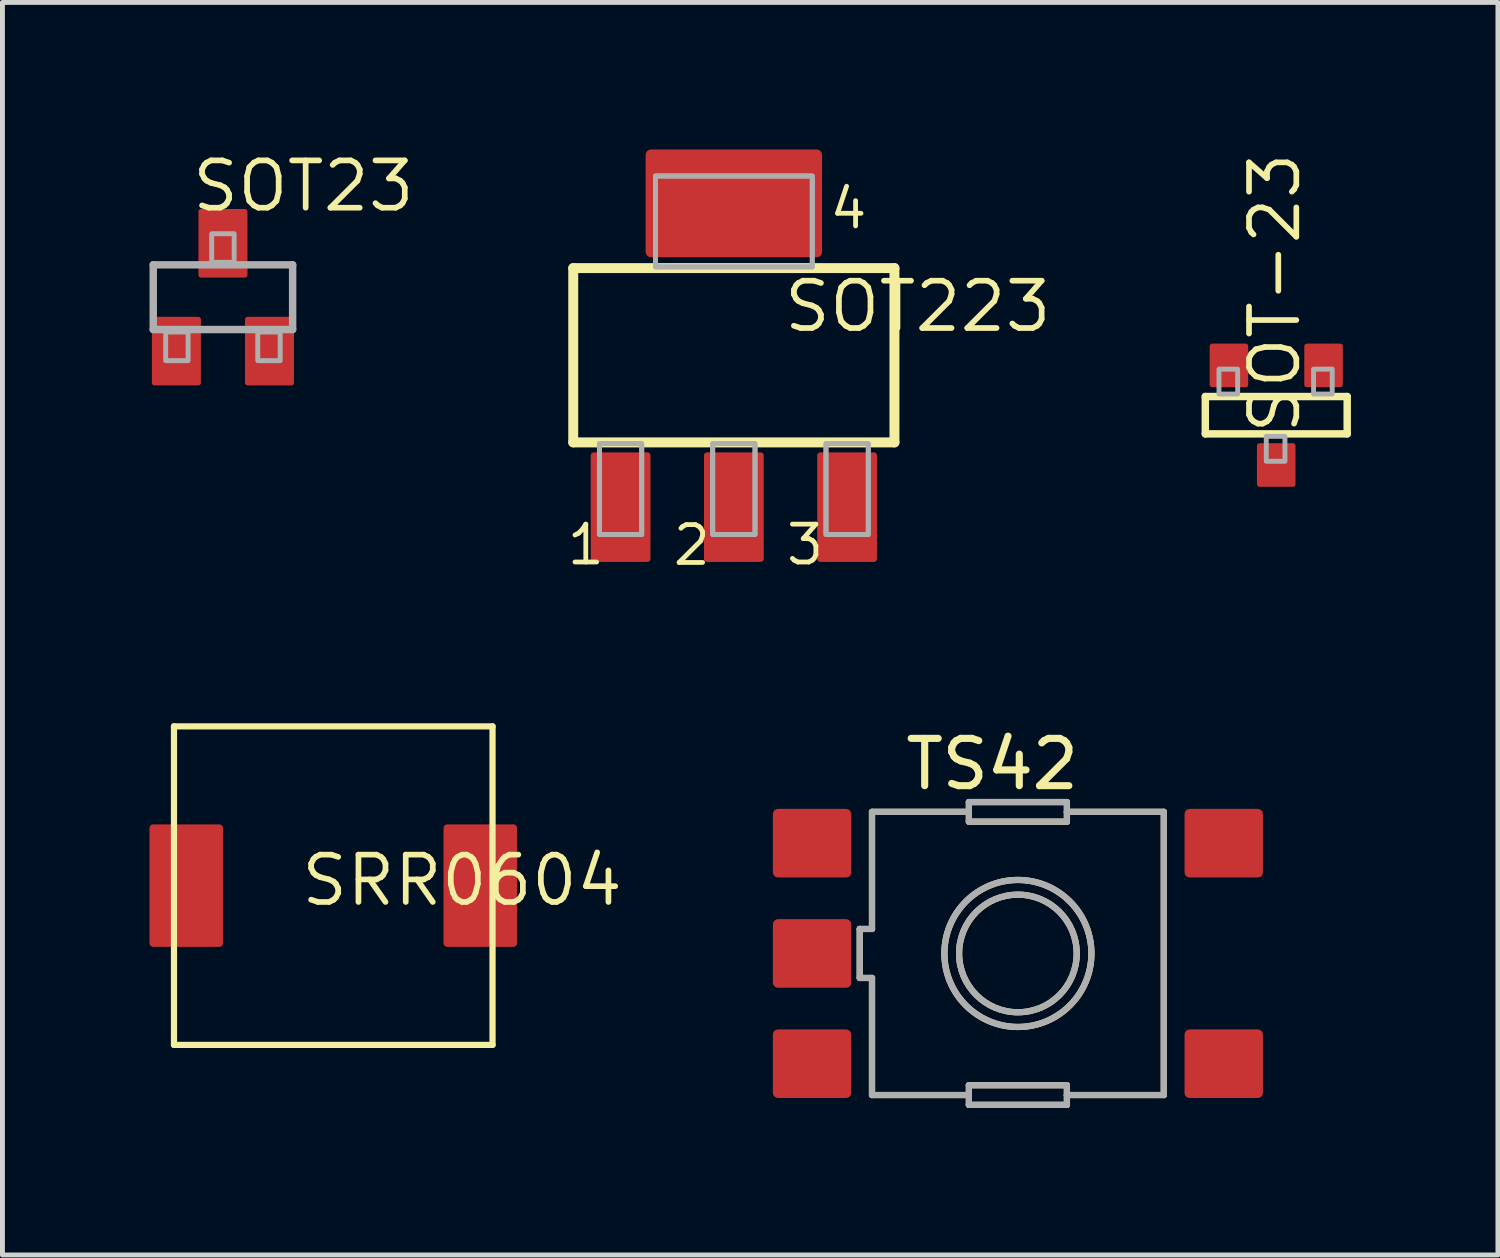
<source format=kicad_pcb>
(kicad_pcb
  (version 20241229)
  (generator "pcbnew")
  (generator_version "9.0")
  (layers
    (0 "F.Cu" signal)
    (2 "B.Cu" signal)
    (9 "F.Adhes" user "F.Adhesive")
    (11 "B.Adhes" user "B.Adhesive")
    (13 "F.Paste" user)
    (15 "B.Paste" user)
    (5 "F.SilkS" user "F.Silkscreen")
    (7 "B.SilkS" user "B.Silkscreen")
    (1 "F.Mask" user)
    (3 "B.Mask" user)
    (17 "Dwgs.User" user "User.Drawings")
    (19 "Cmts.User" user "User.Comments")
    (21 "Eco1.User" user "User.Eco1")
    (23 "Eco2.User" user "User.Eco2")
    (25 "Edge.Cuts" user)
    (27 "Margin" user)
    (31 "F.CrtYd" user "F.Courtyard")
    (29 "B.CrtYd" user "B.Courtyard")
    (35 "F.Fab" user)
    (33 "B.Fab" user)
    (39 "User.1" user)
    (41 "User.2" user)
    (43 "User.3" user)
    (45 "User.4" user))
  (footprint "TS42"
    (layer "F.Cu")
    (at 17.72 16.405)
    (property "Reference" "TS42" (at -2.365 -3.298 0) (layer "F.SilkS") (effects (font (size 0.965 0.965) (thickness 0.145)) (justify left bottom)))
    (attr through_hole)
    (fp_line (start -3.227 -0.5) (end -3.227 0.5) (stroke (width 0.127) (type solid)) (layer "F.SilkS"))
    (fp_line (start -3.227 0.5) (end -2.977 0.5) (stroke (width 0.127) (type solid)) (layer "F.SilkS"))
    (fp_line (start -2.977 -2.889) (end -2.977 -0.5) (stroke (width 0.127) (type solid)) (layer "F.SilkS"))
    (fp_line (start -2.977 -2.889) (end -1 -2.889) (stroke (width 0.127) (type solid)) (layer "F.SilkS"))
    (fp_line (start -2.977 -0.5) (end -3.227 -0.5) (stroke (width 0.127) (type solid)) (layer "F.SilkS"))
    (fp_line (start -2.977 0.5) (end -2.977 2.889) (stroke (width 0.127) (type solid)) (layer "F.SilkS"))
    (fp_line (start -1 -3.089) (end -1 -2.889) (stroke (width 0.127) (type solid)) (layer "F.SilkS"))
    (fp_line (start -1 -2.889) (end -1 -2.689) (stroke (width 0.127) (type solid)) (layer "F.SilkS"))
    (fp_line (start -1 -2.689) (end 1 -2.689) (stroke (width 0.127) (type solid)) (layer "F.SilkS"))
    (fp_line (start -1 2.689) (end -1 2.889) (stroke (width 0.127) (type solid)) (layer "F.SilkS"))
    (fp_line (start -1 2.889) (end -2.977 2.889) (stroke (width 0.127) (type solid)) (layer "F.SilkS"))
    (fp_line (start -1 2.889) (end -1 3.089) (stroke (width 0.127) (type solid)) (layer "F.SilkS"))
    (fp_line (start -1 3.089) (end 1 3.089) (stroke (width 0.127) (type solid)) (layer "F.SilkS"))
    (fp_line (start 1 -3.089) (end -1 -3.089) (stroke (width 0.127) (type solid)) (layer "F.SilkS"))
    (fp_line (start 1 -2.889) (end 1 -3.089) (stroke (width 0.127) (type solid)) (layer "F.SilkS"))
    (fp_line (start 1 -2.889) (end 2.977 -2.889) (stroke (width 0.127) (type solid)) (layer "F.SilkS"))
    (fp_line (start 1 -2.689) (end 1 -2.889) (stroke (width 0.127) (type solid)) (layer "F.SilkS"))
    (fp_line (start 1 2.689) (end -1 2.689) (stroke (width 0.127) (type solid)) (layer "F.SilkS"))
    (fp_line (start 1 2.889) (end 1 2.689) (stroke (width 0.127) (type solid)) (layer "F.SilkS"))
    (fp_line (start 1 2.889) (end 2.977 2.889) (stroke (width 0.127) (type solid)) (layer "F.SilkS"))
    (fp_line (start 1 3.089) (end 1 2.889) (stroke (width 0.127) (type solid)) (layer "F.SilkS"))
    (fp_line (start 2.977 2.889) (end 2.977 -2.889) (stroke (width 0.127) (type solid)) (layer "F.SilkS"))
    (fp_circle (center 0 0) (end 1.2 0) (stroke (width 0.127) (type solid)) (fill no) (layer "F.SilkS"))
    (fp_circle (center 0 0) (end 1.5 0) (stroke (width 0.127) (type solid)) (fill no) (layer "F.SilkS"))
    (fp_poly (pts (xy -4.928 -1.626) (xy -3.48 -1.626) (xy -3.48 -2.87) (xy -4.928 -2.87)) (stroke (width 0) (type solid)) (fill yes) (layer "F.Paste"))
    (fp_poly (pts (xy -4.928 2.87) (xy -3.48 2.87) (xy -3.48 1.626) (xy -4.928 1.626)) (stroke (width 0) (type solid)) (fill yes) (layer "F.Paste"))
    (fp_poly (pts (xy -4.699 0.381) (xy -3.81 0.381) (xy -3.81 -0.381) (xy -4.699 -0.381)) (stroke (width 0) (type solid)) (fill yes) (layer "F.Paste"))
    (fp_poly (pts (xy 3.48 -1.626) (xy 4.928 -1.626) (xy 4.928 -2.87) (xy 3.48 -2.87)) (stroke (width 0) (type solid)) (fill yes) (layer "F.Paste"))
    (fp_poly (pts (xy 3.48 2.87) (xy 4.928 2.87) (xy 4.928 1.626) (xy 3.48 1.626)) (stroke (width 0) (type solid)) (fill yes) (layer "F.Paste"))
    (fp_line (start -3.227 -0.5) (end -3.227 0.5) (stroke (width 0.127) (type solid)) (layer "F.Fab"))
    (fp_line (start -3.227 0.5) (end -2.977 0.5) (stroke (width 0.127) (type solid)) (layer "F.Fab"))
    (fp_line (start -2.977 -2.889) (end -2.977 -0.5) (stroke (width 0.127) (type solid)) (layer "F.Fab"))
    (fp_line (start -2.977 -2.889) (end -1 -2.889) (stroke (width 0.127) (type solid)) (layer "F.Fab"))
    (fp_line (start -2.977 -0.5) (end -3.227 -0.5) (stroke (width 0.127) (type solid)) (layer "F.Fab"))
    (fp_line (start -2.977 0.5) (end -2.977 2.889) (stroke (width 0.127) (type solid)) (layer "F.Fab"))
    (fp_line (start -1 -3.089) (end -1 -2.889) (stroke (width 0.127) (type solid)) (layer "F.Fab"))
    (fp_line (start -1 -2.889) (end -1 -2.689) (stroke (width 0.127) (type solid)) (layer "F.Fab"))
    (fp_line (start -1 -2.689) (end 1 -2.689) (stroke (width 0.127) (type solid)) (layer "F.Fab"))
    (fp_line (start -1 2.689) (end -1 2.889) (stroke (width 0.127) (type solid)) (layer "F.Fab"))
    (fp_line (start -1 2.889) (end -2.977 2.889) (stroke (width 0.127) (type solid)) (layer "F.Fab"))
    (fp_line (start -1 2.889) (end -1 3.089) (stroke (width 0.127) (type solid)) (layer "F.Fab"))
    (fp_line (start -1 3.089) (end 1 3.089) (stroke (width 0.127) (type solid)) (layer "F.Fab"))
    (fp_line (start 1 -3.089) (end -1 -3.089) (stroke (width 0.127) (type solid)) (layer "F.Fab"))
    (fp_line (start 1 -2.889) (end 1 -3.089) (stroke (width 0.127) (type solid)) (layer "F.Fab"))
    (fp_line (start 1 -2.889) (end 2.977 -2.889) (stroke (width 0.127) (type solid)) (layer "F.Fab"))
    (fp_line (start 1 -2.689) (end 1 -2.889) (stroke (width 0.127) (type solid)) (layer "F.Fab"))
    (fp_line (start 1 2.689) (end -1 2.689) (stroke (width 0.127) (type solid)) (layer "F.Fab"))
    (fp_line (start 1 2.889) (end 1 2.689) (stroke (width 0.127) (type solid)) (layer "F.Fab"))
    (fp_line (start 1 2.889) (end 2.977 2.889) (stroke (width 0.127) (type solid)) (layer "F.Fab"))
    (fp_line (start 1 3.089) (end 1 2.889) (stroke (width 0.127) (type solid)) (layer "F.Fab"))
    (fp_line (start 2.977 2.889) (end 2.977 -2.889) (stroke (width 0.127) (type solid)) (layer "F.Fab"))
    (fp_circle (center 0 0) (end 1.2 0) (stroke (width 0.127) (type solid)) (fill no) (layer "F.Fab"))
    (fp_circle (center 0 0) (end 1.5 0) (stroke (width 0.127) (type solid)) (fill no) (layer "F.Fab"))
    (pad "1" smd roundrect (at -4.2 -2.25) (size 1.6 1.4) (layers "F.Cu" "F.Mask") (roundrect_rratio 0.075))
    (pad "2" smd roundrect (at 4.2 -2.25) (size 1.6 1.4) (layers "F.Cu" "F.Mask") (roundrect_rratio 0.075))
    (pad "3" smd roundrect (at -4.2 2.25) (size 1.6 1.4) (layers "F.Cu" "F.Mask") (roundrect_rratio 0.075))
    (pad "4" smd roundrect (at 4.2 2.25) (size 1.6 1.4) (layers "F.Cu" "F.Mask") (roundrect_rratio 0.075))
    (pad "5" smd roundrect (at -4.2 0) (size 1.6 1.4) (layers "F.Cu" "F.Mask") (roundrect_rratio 0.075)))
  (footprint "SRR0604"
    (layer "F.Cu")
    (at 3.75 15.021)
    (property "Reference" "SRR0604" (at -0.711 0.457 0) (layer "F.SilkS") (effects (font (size 0.965 0.965) (thickness 0.116)) (justify left bottom)))
    (attr through_hole)
    (fp_line (start -3.25 -3.25) (end -3.25 3.25) (stroke (width 0.127) (type solid)) (layer "F.SilkS"))
    (fp_line (start -3.25 3.25) (end 3.25 3.25) (stroke (width 0.127) (type solid)) (layer "F.SilkS"))
    (fp_line (start 3.25 -3.25) (end -3.25 -3.25) (stroke (width 0.127) (type solid)) (layer "F.SilkS"))
    (fp_line (start 3.25 3.25) (end 3.25 -3.25) (stroke (width 0.127) (type solid)) (layer "F.SilkS"))
    (pad "P$1" smd roundrect (at 3 0 90) (size 2.5 1.5) (layers "F.Cu" "F.Mask" "F.Paste") (roundrect_rratio 0.05))
    (pad "P$2" smd roundrect (at -3 0 90) (size 2.5 1.5) (layers "F.Cu" "F.Mask" "F.Paste") (roundrect_rratio 0.05)))
  (footprint "SOT223"
    (layer "F.Cu")
    (at 11.924 4.199)
    (property "Reference" "SOT223" (at 0.965 -0.432 180) (layer "F.SilkS") (effects (font (size 0.965 0.965) (thickness 0.116)) (justify left bottom)))
    (attr through_hole)
    (fp_line (start -3.277 -1.778) (end 3.277 -1.778) (stroke (width 0.203) (type solid)) (layer "F.SilkS"))
    (fp_line (start -3.277 1.778) (end -3.277 -1.778) (stroke (width 0.203) (type solid)) (layer "F.SilkS"))
    (fp_line (start 3.277 -1.778) (end 3.277 1.778) (stroke (width 0.203) (type solid)) (layer "F.SilkS"))
    (fp_line (start 3.277 1.778) (end -3.277 1.778) (stroke (width 0.203) (type solid)) (layer "F.SilkS"))
    (fp_poly (pts (xy -2.743 3.658) (xy -1.88 3.658) (xy -1.88 1.803) (xy -2.743 1.803)) (stroke (width 0.1) (type solid)) (fill no) (layer "F.Fab"))
    (fp_poly (pts (xy -2.743 3.658) (xy -1.88 3.658) (xy -1.88 1.803) (xy -2.743 1.803)) (stroke (width 0.1) (type solid)) (fill no) (layer "F.Fab"))
    (fp_poly (pts (xy -1.6 -1.803) (xy 1.6 -1.803) (xy 1.6 -3.658) (xy -1.6 -3.658)) (stroke (width 0.1) (type solid)) (fill no) (layer "F.Fab"))
    (fp_poly (pts (xy -1.6 -1.803) (xy 1.6 -1.803) (xy 1.6 -3.658) (xy -1.6 -3.658)) (stroke (width 0.1) (type solid)) (fill no) (layer "F.Fab"))
    (fp_poly (pts (xy -0.432 3.658) (xy 0.432 3.658) (xy 0.432 1.803) (xy -0.432 1.803)) (stroke (width 0.1) (type solid)) (fill no) (layer "F.Fab"))
    (fp_poly (pts (xy -0.432 3.658) (xy 0.432 3.658) (xy 0.432 1.803) (xy -0.432 1.803)) (stroke (width 0.1) (type solid)) (fill no) (layer "F.Fab"))
    (fp_poly (pts (xy 1.88 3.658) (xy 2.743 3.658) (xy 2.743 1.803) (xy 1.88 1.803)) (stroke (width 0.1) (type solid)) (fill no) (layer "F.Fab"))
    (fp_poly (pts (xy 1.88 3.658) (xy 2.743 3.658) (xy 2.743 1.803) (xy 1.88 1.803)) (stroke (width 0.1) (type solid)) (fill no) (layer "F.Fab"))
    (fp_text user "1" (at -3.453 4.318 0) (layer "F.SilkS") (effects (font (size 0.772 0.772) (thickness 0.098)) (justify left bottom)))
    (fp_text user "4" (at 1.905 -2.54 0) (layer "F.SilkS") (effects (font (size 0.772 0.772) (thickness 0.098)) (justify left bottom)))
    (fp_text user "3" (at 1.021 4.318 0) (layer "F.SilkS") (effects (font (size 0.772 0.772) (thickness 0.098)) (justify left bottom)))
    (fp_text user "2" (at -1.291 4.327 0) (layer "F.SilkS") (effects (font (size 0.772 0.772) (thickness 0.098)) (justify left bottom)))
    (pad "1" smd roundrect (at -2.311 3.099) (size 1.219 2.235) (layers "F.Cu" "F.Mask" "F.Paste") (roundrect_rratio 0.05))
    (pad "2" smd roundrect (at 0 3.099) (size 1.219 2.235) (layers "F.Cu" "F.Mask" "F.Paste") (roundrect_rratio 0.05))
    (pad "3" smd roundrect (at 2.311 3.099) (size 1.219 2.235) (layers "F.Cu" "F.Mask" "F.Paste") (roundrect_rratio 0.05))
    (pad "4" smd roundrect (at 0 -3.099) (size 3.6 2.2) (layers "F.Cu" "F.Mask" "F.Paste") (roundrect_rratio 0.05)))
  (footprint "SOT-23"
    (layer "F.Cu")
    (at 22.966 5.422)
    (property "Reference" "SOT-23" (at 0.559 0.432 270) (layer "F.SilkS") (effects (font (size 0.965 0.965) (thickness 0.116)) (justify left bottom)))
    (attr through_hole)
    (fp_line (start -1.422 -0.381) (end 1.473 -0.381) (stroke (width 0.152) (type solid)) (layer "F.SilkS"))
    (fp_line (start -1.422 0.381) (end -1.422 -0.381) (stroke (width 0.152) (type solid)) (layer "F.SilkS"))
    (fp_line (start 1.473 -0.381) (end 1.473 0.381) (stroke (width 0.152) (type solid)) (layer "F.SilkS"))
    (fp_line (start 1.473 0.381) (end -1.422 0.381) (stroke (width 0.152) (type solid)) (layer "F.SilkS"))
    (fp_poly (pts (xy -1.143 -0.432) (xy -0.762 -0.432) (xy -0.762 -0.94) (xy -1.143 -0.94)) (stroke (width 0.1) (type solid)) (fill no) (layer "F.Fab"))
    (fp_poly (pts (xy -0.178 0.94) (xy 0.203 0.94) (xy 0.203 0.432) (xy -0.178 0.432)) (stroke (width 0.1) (type solid)) (fill no) (layer "F.Fab"))
    (fp_poly (pts (xy 0.787 -0.432) (xy 1.168 -0.432) (xy 1.168 -0.94) (xy 0.787 -0.94)) (stroke (width 0.1) (type solid)) (fill no) (layer "F.Fab"))
    (pad "1" smd roundrect (at 0.025 1.016) (size 0.787 0.889) (layers "F.Cu" "F.Mask" "F.Paste") (roundrect_rratio 0.065))
    (pad "2" smd roundrect (at -0.94 -1.016) (size 0.787 0.889) (layers "F.Cu" "F.Mask" "F.Paste") (roundrect_rratio 0.065))
    (pad "3" smd roundrect (at 0.991 -1.016) (size 0.787 0.889) (layers "F.Cu" "F.Mask" "F.Paste") (roundrect_rratio 0.065)))
  (footprint "SOT23"
    (layer "F.Cu")
    (at 1.499 3.014)
    (property "Reference" "SOT23" (at -0.686 -1.702 0) (layer "F.SilkS") (effects (font (size 0.965 0.965) (thickness 0.116)) (justify left bottom)))
    (attr through_hole)
    (fp_line (start -1.422 -0.66) (end 1.422 -0.66) (stroke (width 0.152) (type solid)) (layer "F.Fab"))
    (fp_line (start -1.422 0.66) (end -1.422 -0.66) (stroke (width 0.152) (type solid)) (layer "F.Fab"))
    (fp_line (start 1.422 -0.66) (end 1.422 0.66) (stroke (width 0.152) (type solid)) (layer "F.Fab"))
    (fp_line (start 1.422 0.66) (end -1.422 0.66) (stroke (width 0.152) (type solid)) (layer "F.Fab"))
    (fp_poly (pts (xy -1.168 1.295) (xy -0.711 1.295) (xy -0.711 0.711) (xy -1.168 0.711)) (stroke (width 0.1) (type solid)) (fill no) (layer "F.Fab"))
    (fp_poly (pts (xy -0.229 -0.711) (xy 0.229 -0.711) (xy 0.229 -1.295) (xy -0.229 -1.295)) (stroke (width 0.1) (type solid)) (fill no) (layer "F.Fab"))
    (fp_poly (pts (xy 0.711 1.295) (xy 1.168 1.295) (xy 1.168 0.711) (xy 0.711 0.711)) (stroke (width 0.1) (type solid)) (fill no) (layer "F.Fab"))
    (pad "1" smd roundrect (at -0.95 1.1) (size 1 1.4) (layers "F.Cu" "F.Mask" "F.Paste") (roundrect_rratio 0.051))
    (pad "2" smd roundrect (at 0.95 1.1) (size 1 1.4) (layers "F.Cu" "F.Mask" "F.Paste") (roundrect_rratio 0.051))
    (pad "3" smd roundrect (at 0 -1.1) (size 1 1.4) (layers "F.Cu" "F.Mask" "F.Paste") (roundrect_rratio 0.051)))
  (gr_rect
    (start -3 -3)
    (end 27.515 22.557)
    (stroke (width 0.1) (type default))
    (fill no)
    (layer "Edge.Cuts")))
</source>
